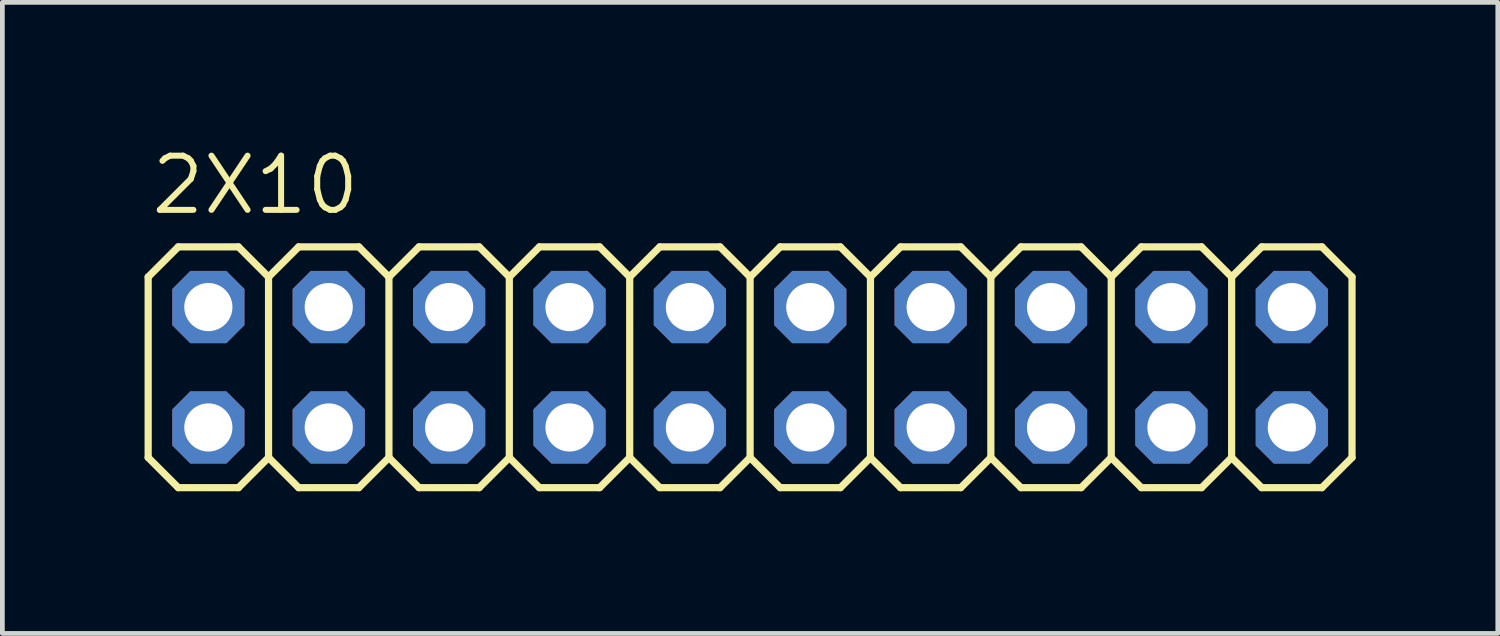
<source format=kicad_pcb>
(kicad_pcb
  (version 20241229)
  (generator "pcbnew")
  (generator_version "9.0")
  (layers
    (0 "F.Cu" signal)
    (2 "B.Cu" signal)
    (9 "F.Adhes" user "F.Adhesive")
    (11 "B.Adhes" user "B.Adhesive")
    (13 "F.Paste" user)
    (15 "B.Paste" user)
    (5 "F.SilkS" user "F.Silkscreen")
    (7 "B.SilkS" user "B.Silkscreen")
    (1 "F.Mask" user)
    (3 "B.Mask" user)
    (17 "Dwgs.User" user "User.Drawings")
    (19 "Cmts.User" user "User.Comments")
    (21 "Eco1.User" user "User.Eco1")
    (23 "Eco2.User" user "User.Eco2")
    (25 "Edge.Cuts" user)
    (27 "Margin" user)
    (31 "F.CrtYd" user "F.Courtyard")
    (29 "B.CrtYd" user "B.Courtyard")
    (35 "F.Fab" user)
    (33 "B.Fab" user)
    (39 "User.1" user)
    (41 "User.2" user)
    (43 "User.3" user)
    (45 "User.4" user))
  (footprint "2X10"
    (layer "F.Cu")
    (at 12.776 4.699)
    (property "Reference" "2X10" (at -12.7 -3.175 0) (layer "F.SilkS") (effects (font (size 1.143 1.143) (thickness 0.127)) (justify left bottom)))
    (fp_line (start -12.7 -1.905) (end -12.065 -2.54) (stroke (width 0.152) (type solid)) (layer "F.SilkS"))
    (fp_line (start -12.7 1.905) (end -12.7 -1.905) (stroke (width 0.152) (type solid)) (layer "F.SilkS"))
    (fp_line (start -12.7 1.905) (end -12.065 2.54) (stroke (width 0.152) (type solid)) (layer "F.SilkS"))
    (fp_line (start -12.065 -2.54) (end -10.795 -2.54) (stroke (width 0.152) (type solid)) (layer "F.SilkS"))
    (fp_line (start -12.065 2.54) (end -10.795 2.54) (stroke (width 0.152) (type solid)) (layer "F.SilkS"))
    (fp_line (start -10.795 -2.54) (end -10.16 -1.905) (stroke (width 0.152) (type solid)) (layer "F.SilkS"))
    (fp_line (start -10.795 2.54) (end -10.16 1.905) (stroke (width 0.152) (type solid)) (layer "F.SilkS"))
    (fp_line (start -10.16 -1.905) (end -10.16 1.905) (stroke (width 0.152) (type solid)) (layer "F.SilkS"))
    (fp_line (start -10.16 -1.905) (end -9.525 -2.54) (stroke (width 0.152) (type solid)) (layer "F.SilkS"))
    (fp_line (start -10.16 1.905) (end -9.525 2.54) (stroke (width 0.152) (type solid)) (layer "F.SilkS"))
    (fp_line (start -9.525 -2.54) (end -8.255 -2.54) (stroke (width 0.152) (type solid)) (layer "F.SilkS"))
    (fp_line (start -9.525 2.54) (end -8.255 2.54) (stroke (width 0.152) (type solid)) (layer "F.SilkS"))
    (fp_line (start -8.255 -2.54) (end -7.62 -1.905) (stroke (width 0.152) (type solid)) (layer "F.SilkS"))
    (fp_line (start -8.255 2.54) (end -7.62 1.905) (stroke (width 0.152) (type solid)) (layer "F.SilkS"))
    (fp_line (start -7.62 -1.905) (end -7.62 1.905) (stroke (width 0.152) (type solid)) (layer "F.SilkS"))
    (fp_line (start -7.62 -1.905) (end -6.985 -2.54) (stroke (width 0.152) (type solid)) (layer "F.SilkS"))
    (fp_line (start -7.62 1.905) (end -6.985 2.54) (stroke (width 0.152) (type solid)) (layer "F.SilkS"))
    (fp_line (start -6.985 -2.54) (end -5.715 -2.54) (stroke (width 0.152) (type solid)) (layer "F.SilkS"))
    (fp_line (start -6.985 2.54) (end -5.715 2.54) (stroke (width 0.152) (type solid)) (layer "F.SilkS"))
    (fp_line (start -5.715 -2.54) (end -5.08 -1.905) (stroke (width 0.152) (type solid)) (layer "F.SilkS"))
    (fp_line (start -5.715 2.54) (end -5.08 1.905) (stroke (width 0.152) (type solid)) (layer "F.SilkS"))
    (fp_line (start -5.08 -1.905) (end -5.08 1.905) (stroke (width 0.152) (type solid)) (layer "F.SilkS"))
    (fp_line (start -5.08 -1.905) (end -4.445 -2.54) (stroke (width 0.152) (type solid)) (layer "F.SilkS"))
    (fp_line (start -5.08 1.905) (end -4.445 2.54) (stroke (width 0.152) (type solid)) (layer "F.SilkS"))
    (fp_line (start -4.445 -2.54) (end -3.175 -2.54) (stroke (width 0.152) (type solid)) (layer "F.SilkS"))
    (fp_line (start -4.445 2.54) (end -3.175 2.54) (stroke (width 0.152) (type solid)) (layer "F.SilkS"))
    (fp_line (start -3.175 -2.54) (end -2.54 -1.905) (stroke (width 0.152) (type solid)) (layer "F.SilkS"))
    (fp_line (start -3.175 2.54) (end -2.54 1.905) (stroke (width 0.152) (type solid)) (layer "F.SilkS"))
    (fp_line (start -2.54 -1.905) (end -2.54 1.905) (stroke (width 0.152) (type solid)) (layer "F.SilkS"))
    (fp_line (start -2.54 -1.905) (end -1.905 -2.54) (stroke (width 0.152) (type solid)) (layer "F.SilkS"))
    (fp_line (start -2.54 1.905) (end -1.905 2.54) (stroke (width 0.152) (type solid)) (layer "F.SilkS"))
    (fp_line (start -1.905 -2.54) (end -0.635 -2.54) (stroke (width 0.152) (type solid)) (layer "F.SilkS"))
    (fp_line (start -1.905 2.54) (end -0.635 2.54) (stroke (width 0.152) (type solid)) (layer "F.SilkS"))
    (fp_line (start -0.635 -2.54) (end 0 -1.905) (stroke (width 0.152) (type solid)) (layer "F.SilkS"))
    (fp_line (start -0.635 2.54) (end 0 1.905) (stroke (width 0.152) (type solid)) (layer "F.SilkS"))
    (fp_line (start 0 -1.905) (end 0 1.905) (stroke (width 0.152) (type solid)) (layer "F.SilkS"))
    (fp_line (start 0 -1.905) (end 0.635 -2.54) (stroke (width 0.152) (type solid)) (layer "F.SilkS"))
    (fp_line (start 0 1.905) (end 0.635 2.54) (stroke (width 0.152) (type solid)) (layer "F.SilkS"))
    (fp_line (start 0.635 -2.54) (end 1.905 -2.54) (stroke (width 0.152) (type solid)) (layer "F.SilkS"))
    (fp_line (start 0.635 2.54) (end 1.905 2.54) (stroke (width 0.152) (type solid)) (layer "F.SilkS"))
    (fp_line (start 1.905 -2.54) (end 2.54 -1.905) (stroke (width 0.152) (type solid)) (layer "F.SilkS"))
    (fp_line (start 1.905 2.54) (end 2.54 1.905) (stroke (width 0.152) (type solid)) (layer "F.SilkS"))
    (fp_line (start 2.54 -1.905) (end 2.54 1.905) (stroke (width 0.152) (type solid)) (layer "F.SilkS"))
    (fp_line (start 2.54 -1.905) (end 3.175 -2.54) (stroke (width 0.152) (type solid)) (layer "F.SilkS"))
    (fp_line (start 2.54 1.905) (end 3.175 2.54) (stroke (width 0.152) (type solid)) (layer "F.SilkS"))
    (fp_line (start 3.175 -2.54) (end 4.445 -2.54) (stroke (width 0.152) (type solid)) (layer "F.SilkS"))
    (fp_line (start 3.175 2.54) (end 4.445 2.54) (stroke (width 0.152) (type solid)) (layer "F.SilkS"))
    (fp_line (start 4.445 -2.54) (end 5.08 -1.905) (stroke (width 0.152) (type solid)) (layer "F.SilkS"))
    (fp_line (start 5.08 -1.905) (end 5.08 1.905) (stroke (width 0.152) (type solid)) (layer "F.SilkS"))
    (fp_line (start 5.08 -1.905) (end 5.715 -2.54) (stroke (width 0.152) (type solid)) (layer "F.SilkS"))
    (fp_line (start 5.08 1.905) (end 4.445 2.54) (stroke (width 0.152) (type solid)) (layer "F.SilkS"))
    (fp_line (start 5.08 1.905) (end 5.715 2.54) (stroke (width 0.152) (type solid)) (layer "F.SilkS"))
    (fp_line (start 5.715 -2.54) (end 6.985 -2.54) (stroke (width 0.152) (type solid)) (layer "F.SilkS"))
    (fp_line (start 5.715 2.54) (end 6.985 2.54) (stroke (width 0.152) (type solid)) (layer "F.SilkS"))
    (fp_line (start 6.985 -2.54) (end 7.62 -1.905) (stroke (width 0.152) (type solid)) (layer "F.SilkS"))
    (fp_line (start 7.62 -1.905) (end 7.62 1.905) (stroke (width 0.152) (type solid)) (layer "F.SilkS"))
    (fp_line (start 7.62 -1.905) (end 8.255 -2.54) (stroke (width 0.152) (type solid)) (layer "F.SilkS"))
    (fp_line (start 7.62 1.905) (end 6.985 2.54) (stroke (width 0.152) (type solid)) (layer "F.SilkS"))
    (fp_line (start 7.62 1.905) (end 8.255 2.54) (stroke (width 0.152) (type solid)) (layer "F.SilkS"))
    (fp_line (start 8.255 -2.54) (end 9.525 -2.54) (stroke (width 0.152) (type solid)) (layer "F.SilkS"))
    (fp_line (start 8.255 2.54) (end 9.525 2.54) (stroke (width 0.152) (type solid)) (layer "F.SilkS"))
    (fp_line (start 9.525 -2.54) (end 10.16 -1.905) (stroke (width 0.152) (type solid)) (layer "F.SilkS"))
    (fp_line (start 10.16 -1.905) (end 10.16 1.905) (stroke (width 0.152) (type solid)) (layer "F.SilkS"))
    (fp_line (start 10.16 -1.905) (end 10.795 -2.54) (stroke (width 0.152) (type solid)) (layer "F.SilkS"))
    (fp_line (start 10.16 1.905) (end 9.525 2.54) (stroke (width 0.152) (type solid)) (layer "F.SilkS"))
    (fp_line (start 10.16 1.905) (end 10.795 2.54) (stroke (width 0.152) (type solid)) (layer "F.SilkS"))
    (fp_line (start 10.795 -2.54) (end 12.065 -2.54) (stroke (width 0.152) (type solid)) (layer "F.SilkS"))
    (fp_line (start 10.795 2.54) (end 12.065 2.54) (stroke (width 0.152) (type solid)) (layer "F.SilkS"))
    (fp_line (start 12.065 -2.54) (end 12.7 -1.905) (stroke (width 0.152) (type solid)) (layer "F.SilkS"))
    (fp_line (start 12.7 -1.905) (end 12.7 1.905) (stroke (width 0.152) (type solid)) (layer "F.SilkS"))
    (fp_line (start 12.7 1.905) (end 12.065 2.54) (stroke (width 0.152) (type solid)) (layer "F.SilkS"))
    (fp_poly (pts (xy -11.684 -1.016) (xy -11.176 -1.016) (xy -11.176 -1.524) (xy -11.684 -1.524)) (stroke (width 0.1) (type solid)) (fill no) (layer "F.Fab"))
    (fp_poly (pts (xy -11.684 1.524) (xy -11.176 1.524) (xy -11.176 1.016) (xy -11.684 1.016)) (stroke (width 0.1) (type solid)) (fill no) (layer "F.Fab"))
    (fp_poly (pts (xy -9.144 -1.016) (xy -8.636 -1.016) (xy -8.636 -1.524) (xy -9.144 -1.524)) (stroke (width 0.1) (type solid)) (fill no) (layer "F.Fab"))
    (fp_poly (pts (xy -9.144 1.524) (xy -8.636 1.524) (xy -8.636 1.016) (xy -9.144 1.016)) (stroke (width 0.1) (type solid)) (fill no) (layer "F.Fab"))
    (fp_poly (pts (xy -6.604 -1.016) (xy -6.096 -1.016) (xy -6.096 -1.524) (xy -6.604 -1.524)) (stroke (width 0.1) (type solid)) (fill no) (layer "F.Fab"))
    (fp_poly (pts (xy -6.604 1.524) (xy -6.096 1.524) (xy -6.096 1.016) (xy -6.604 1.016)) (stroke (width 0.1) (type solid)) (fill no) (layer "F.Fab"))
    (fp_poly (pts (xy -4.064 -1.016) (xy -3.556 -1.016) (xy -3.556 -1.524) (xy -4.064 -1.524)) (stroke (width 0.1) (type solid)) (fill no) (layer "F.Fab"))
    (fp_poly (pts (xy -4.064 1.524) (xy -3.556 1.524) (xy -3.556 1.016) (xy -4.064 1.016)) (stroke (width 0.1) (type solid)) (fill no) (layer "F.Fab"))
    (fp_poly (pts (xy -1.524 -1.016) (xy -1.016 -1.016) (xy -1.016 -1.524) (xy -1.524 -1.524)) (stroke (width 0.1) (type solid)) (fill no) (layer "F.Fab"))
    (fp_poly (pts (xy -1.524 1.524) (xy -1.016 1.524) (xy -1.016 1.016) (xy -1.524 1.016)) (stroke (width 0.1) (type solid)) (fill no) (layer "F.Fab"))
    (fp_poly (pts (xy 1.016 -1.016) (xy 1.524 -1.016) (xy 1.524 -1.524) (xy 1.016 -1.524)) (stroke (width 0.1) (type solid)) (fill no) (layer "F.Fab"))
    (fp_poly (pts (xy 1.016 1.524) (xy 1.524 1.524) (xy 1.524 1.016) (xy 1.016 1.016)) (stroke (width 0.1) (type solid)) (fill no) (layer "F.Fab"))
    (fp_poly (pts (xy 3.556 -1.016) (xy 4.064 -1.016) (xy 4.064 -1.524) (xy 3.556 -1.524)) (stroke (width 0.1) (type solid)) (fill no) (layer "F.Fab"))
    (fp_poly (pts (xy 3.556 1.524) (xy 4.064 1.524) (xy 4.064 1.016) (xy 3.556 1.016)) (stroke (width 0.1) (type solid)) (fill no) (layer "F.Fab"))
    (fp_poly (pts (xy 6.096 -1.016) (xy 6.604 -1.016) (xy 6.604 -1.524) (xy 6.096 -1.524)) (stroke (width 0.1) (type solid)) (fill no) (layer "F.Fab"))
    (fp_poly (pts (xy 6.096 1.524) (xy 6.604 1.524) (xy 6.604 1.016) (xy 6.096 1.016)) (stroke (width 0.1) (type solid)) (fill no) (layer "F.Fab"))
    (fp_poly (pts (xy 8.636 -1.016) (xy 9.144 -1.016) (xy 9.144 -1.524) (xy 8.636 -1.524)) (stroke (width 0.1) (type solid)) (fill no) (layer "F.Fab"))
    (fp_poly (pts (xy 8.636 1.524) (xy 9.144 1.524) (xy 9.144 1.016) (xy 8.636 1.016)) (stroke (width 0.1) (type solid)) (fill no) (layer "F.Fab"))
    (fp_poly (pts (xy 11.176 -1.016) (xy 11.684 -1.016) (xy 11.684 -1.524) (xy 11.176 -1.524)) (stroke (width 0.1) (type solid)) (fill no) (layer "F.Fab"))
    (fp_poly (pts (xy 11.176 1.524) (xy 11.684 1.524) (xy 11.684 1.016) (xy 11.176 1.016)) (stroke (width 0.1) (type solid)) (fill no) (layer "F.Fab"))
    (pad "1" thru_hole roundrect (at -11.43 1.27) (size 1.524 1.524) (drill 1.016) (layers "*.Cu" "*.Mask") (roundrect_rratio 0.25) (chamfer_ratio 0.25) (chamfer top_left top_right bottom_left bottom_right))
    (pad "2" thru_hole roundrect (at -11.43 -1.27) (size 1.524 1.524) (drill 1.016) (layers "*.Cu" "*.Mask") (roundrect_rratio 0.25) (chamfer_ratio 0.25) (chamfer top_left top_right bottom_left bottom_right))
    (pad "3" thru_hole roundrect (at -8.89 1.27) (size 1.524 1.524) (drill 1.016) (layers "*.Cu" "*.Mask") (roundrect_rratio 0.25) (chamfer_ratio 0.25) (chamfer top_left top_right bottom_left bottom_right))
    (pad "4" thru_hole roundrect (at -8.89 -1.27) (size 1.524 1.524) (drill 1.016) (layers "*.Cu" "*.Mask") (roundrect_rratio 0.25) (chamfer_ratio 0.25) (chamfer top_left top_right bottom_left bottom_right))
    (pad "5" thru_hole roundrect (at -6.35 1.27) (size 1.524 1.524) (drill 1.016) (layers "*.Cu" "*.Mask") (roundrect_rratio 0.25) (chamfer_ratio 0.25) (chamfer top_left top_right bottom_left bottom_right))
    (pad "6" thru_hole roundrect (at -6.35 -1.27) (size 1.524 1.524) (drill 1.016) (layers "*.Cu" "*.Mask") (roundrect_rratio 0.25) (chamfer_ratio 0.25) (chamfer top_left top_right bottom_left bottom_right))
    (pad "7" thru_hole roundrect (at -3.81 1.27) (size 1.524 1.524) (drill 1.016) (layers "*.Cu" "*.Mask") (roundrect_rratio 0.25) (chamfer_ratio 0.25) (chamfer top_left top_right bottom_left bottom_right))
    (pad "8" thru_hole roundrect (at -3.81 -1.27) (size 1.524 1.524) (drill 1.016) (layers "*.Cu" "*.Mask") (roundrect_rratio 0.25) (chamfer_ratio 0.25) (chamfer top_left top_right bottom_left bottom_right))
    (pad "9" thru_hole roundrect (at -1.27 1.27) (size 1.524 1.524) (drill 1.016) (layers "*.Cu" "*.Mask") (roundrect_rratio 0.25) (chamfer_ratio 0.25) (chamfer top_left top_right bottom_left bottom_right))
    (pad "10" thru_hole roundrect (at -1.27 -1.27) (size 1.524 1.524) (drill 1.016) (layers "*.Cu" "*.Mask") (roundrect_rratio 0.25) (chamfer_ratio 0.25) (chamfer top_left top_right bottom_left bottom_right))
    (pad "11" thru_hole roundrect (at 1.27 1.27) (size 1.524 1.524) (drill 1.016) (layers "*.Cu" "*.Mask") (roundrect_rratio 0.25) (chamfer_ratio 0.25) (chamfer top_left top_right bottom_left bottom_right))
    (pad "12" thru_hole roundrect (at 1.27 -1.27) (size 1.524 1.524) (drill 1.016) (layers "*.Cu" "*.Mask") (roundrect_rratio 0.25) (chamfer_ratio 0.25) (chamfer top_left top_right bottom_left bottom_right))
    (pad "13" thru_hole roundrect (at 3.81 1.27) (size 1.524 1.524) (drill 1.016) (layers "*.Cu" "*.Mask") (roundrect_rratio 0.25) (chamfer_ratio 0.25) (chamfer top_left top_right bottom_left bottom_right))
    (pad "14" thru_hole roundrect (at 3.81 -1.27) (size 1.524 1.524) (drill 1.016) (layers "*.Cu" "*.Mask") (roundrect_rratio 0.25) (chamfer_ratio 0.25) (chamfer top_left top_right bottom_left bottom_right))
    (pad "15" thru_hole roundrect (at 6.35 1.27) (size 1.524 1.524) (drill 1.016) (layers "*.Cu" "*.Mask") (roundrect_rratio 0.25) (chamfer_ratio 0.25) (chamfer top_left top_right bottom_left bottom_right))
    (pad "16" thru_hole roundrect (at 6.35 -1.27) (size 1.524 1.524) (drill 1.016) (layers "*.Cu" "*.Mask") (roundrect_rratio 0.25) (chamfer_ratio 0.25) (chamfer top_left top_right bottom_left bottom_right))
    (pad "17" thru_hole roundrect (at 8.89 1.27) (size 1.524 1.524) (drill 1.016) (layers "*.Cu" "*.Mask") (roundrect_rratio 0.25) (chamfer_ratio 0.25) (chamfer top_left top_right bottom_left bottom_right))
    (pad "18" thru_hole roundrect (at 8.89 -1.27) (size 1.524 1.524) (drill 1.016) (layers "*.Cu" "*.Mask") (roundrect_rratio 0.25) (chamfer_ratio 0.25) (chamfer top_left top_right bottom_left bottom_right))
    (pad "19" thru_hole roundrect (at 11.43 1.27) (size 1.524 1.524) (drill 1.016) (layers "*.Cu" "*.Mask") (roundrect_rratio 0.25) (chamfer_ratio 0.25) (chamfer top_left top_right bottom_left bottom_right))
    (pad "20" thru_hole roundrect (at 11.43 -1.27) (size 1.524 1.524) (drill 1.016) (layers "*.Cu" "*.Mask") (roundrect_rratio 0.25) (chamfer_ratio 0.25) (chamfer top_left top_right bottom_left bottom_right)))
  (gr_rect
    (start -3 -3)
    (end 28.552 10.315)
    (stroke (width 0.1) (type default))
    (fill no)
    (layer "Edge.Cuts")))
</source>
